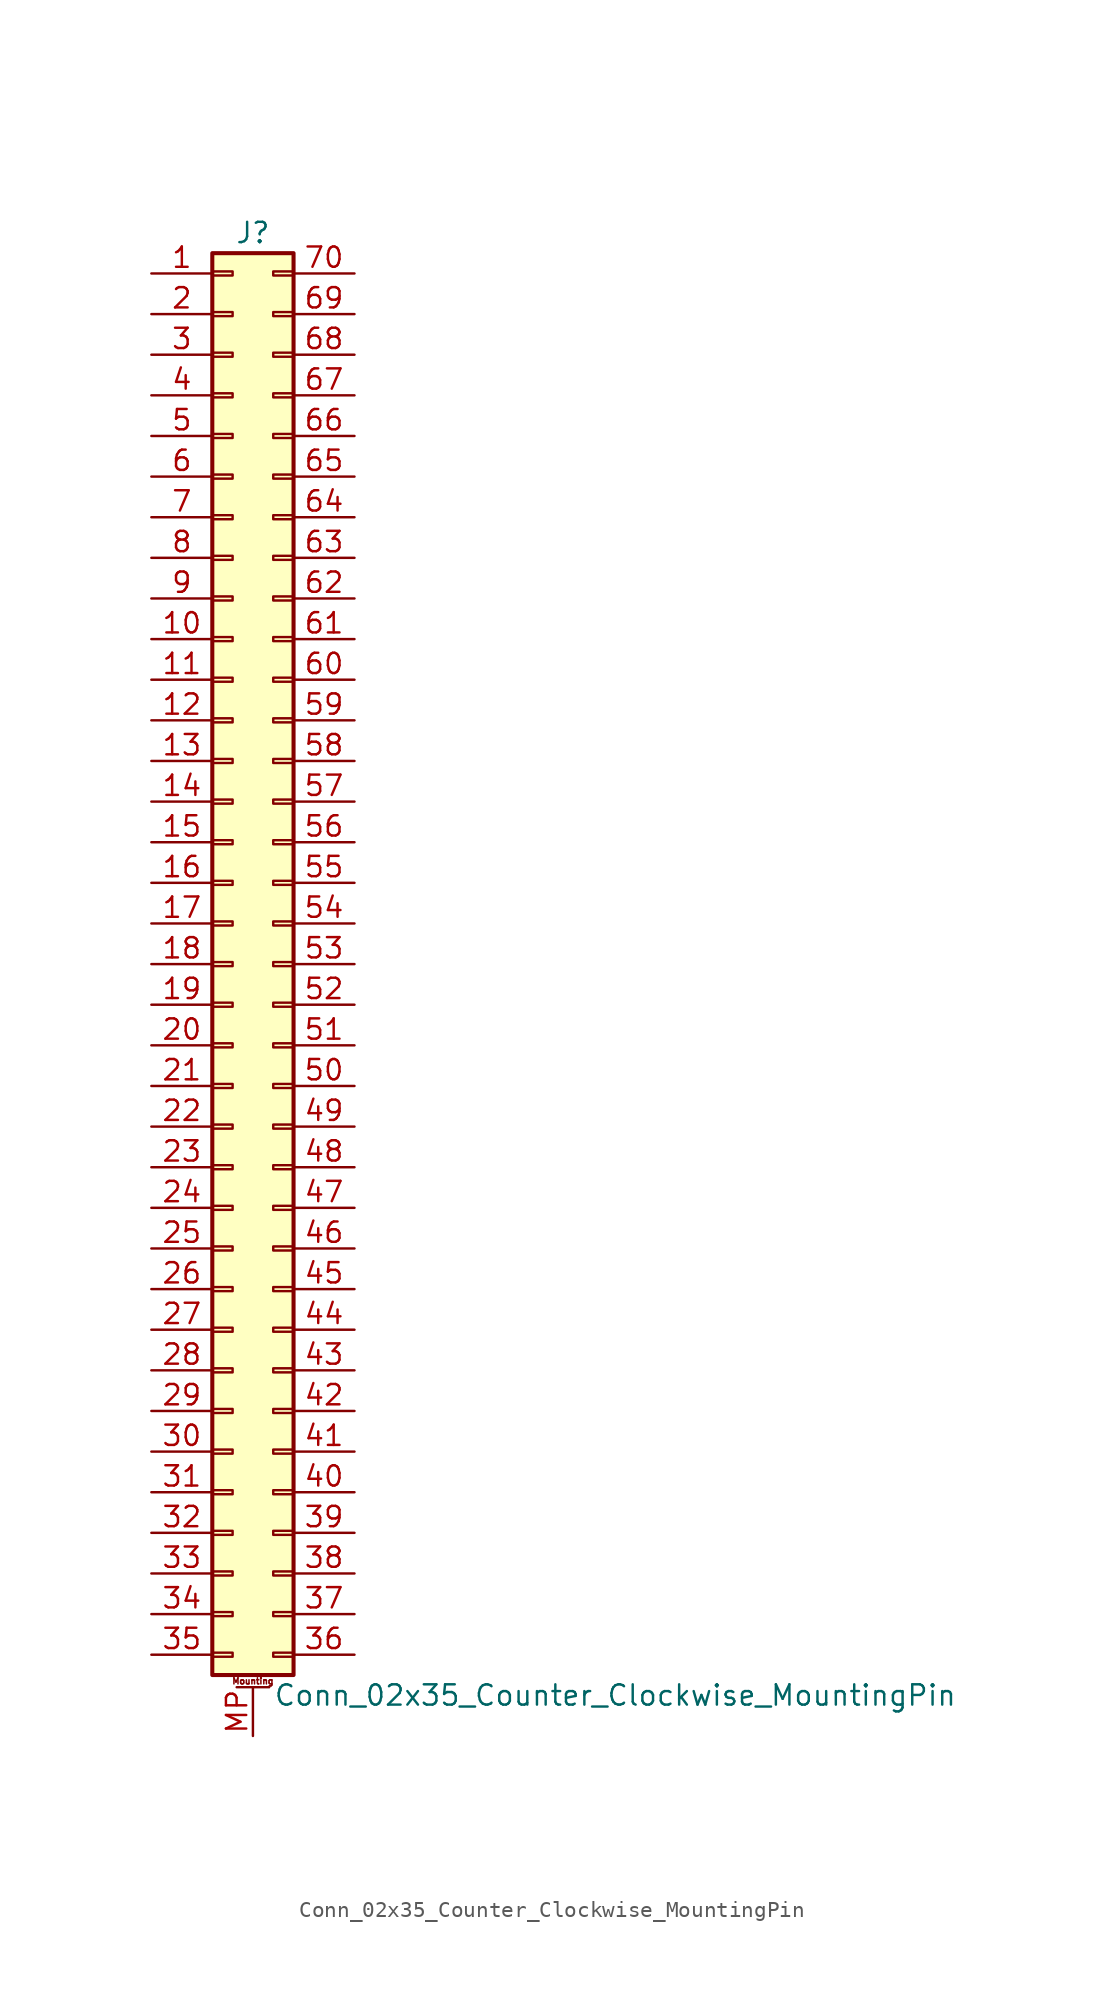
<source format=kicad_sym>
(kicad_symbol_lib
  (version 20201005)
  (generator kicad_symbol_editor)
  (symbol "Conn_02x35_Counter_Clockwise_MountingPin"
    (pin_names
      (offset 1.016) hide)
    (property "Reference" "J"
      (at 1.27 45.72 0)
      (effects (font (size 1.27 1.27))))
    (property "Value" "Conn_02x35_Counter_Clockwise_MountingPin"
      (at 2.54 -45.72 0)
      (effects (font (size 1.27 1.27)) (justify left)))
    (symbol "Conn_02x35_Counter_Clockwise_MountingPin_1_1"
      (text "Mounting" (at 1.27 -44.831 0) (effects (font (size 0.381 0.381))))
      (rectangle (start -1.27 -43.053) (end 0 -43.307) (stroke (width 0.152)) (fill (type none)))
      (rectangle (start -1.27 -40.513) (end 0 -40.767) (stroke (width 0.152)) (fill (type none)))
      (rectangle (start -1.27 -37.973) (end 0 -38.227) (stroke (width 0.152)) (fill (type none)))
      (rectangle (start -1.27 -35.433) (end 0 -35.687) (stroke (width 0.152)) (fill (type none)))
      (rectangle (start -1.27 -32.893) (end 0 -33.147) (stroke (width 0.152)) (fill (type none)))
      (rectangle (start -1.27 -30.353) (end 0 -30.607) (stroke (width 0.152)) (fill (type none)))
      (rectangle (start -1.27 -27.813) (end 0 -28.067) (stroke (width 0.152)) (fill (type none)))
      (rectangle (start -1.27 -25.273) (end 0 -25.527) (stroke (width 0.152)) (fill (type none)))
      (rectangle (start -1.27 -22.733) (end 0 -22.987) (stroke (width 0.152)) (fill (type none)))
      (rectangle (start -1.27 -20.193) (end 0 -20.447) (stroke (width 0.152)) (fill (type none)))
      (rectangle (start -1.27 -17.653) (end 0 -17.907) (stroke (width 0.152)) (fill (type none)))
      (rectangle (start -1.27 -15.113) (end 0 -15.367) (stroke (width 0.152)) (fill (type none)))
      (rectangle (start -1.27 -12.573) (end 0 -12.827) (stroke (width 0.152)) (fill (type none)))
      (rectangle (start -1.27 -10.033) (end 0 -10.287) (stroke (width 0.152)) (fill (type none)))
      (rectangle (start -1.27 -7.493) (end 0 -7.747) (stroke (width 0.152)) (fill (type none)))
      (rectangle (start -1.27 -4.953) (end 0 -5.207) (stroke (width 0.152)) (fill (type none)))
      (rectangle (start -1.27 -2.413) (end 0 -2.667) (stroke (width 0.152)) (fill (type none)))
      (rectangle (start -1.27 0.127) (end 0 -0.127) (stroke (width 0.152)) (fill (type none)))
      (rectangle (start -1.27 2.667) (end 0 2.413) (stroke (width 0.152)) (fill (type none)))
      (rectangle (start -1.27 5.207) (end 0 4.953) (stroke (width 0.152)) (fill (type none)))
      (rectangle (start -1.27 7.747) (end 0 7.493) (stroke (width 0.152)) (fill (type none)))
      (rectangle (start -1.27 10.287) (end 0 10.033) (stroke (width 0.152)) (fill (type none)))
      (rectangle (start -1.27 12.827) (end 0 12.573) (stroke (width 0.152)) (fill (type none)))
      (rectangle (start -1.27 15.367) (end 0 15.113) (stroke (width 0.152)) (fill (type none)))
      (rectangle (start -1.27 17.907) (end 0 17.653) (stroke (width 0.152)) (fill (type none)))
      (rectangle (start -1.27 20.447) (end 0 20.193) (stroke (width 0.152)) (fill (type none)))
      (rectangle (start -1.27 22.987) (end 0 22.733) (stroke (width 0.152)) (fill (type none)))
      (rectangle (start -1.27 25.527) (end 0 25.273) (stroke (width 0.152)) (fill (type none)))
      (rectangle (start -1.27 28.067) (end 0 27.813) (stroke (width 0.152)) (fill (type none)))
      (rectangle (start -1.27 30.607) (end 0 30.353) (stroke (width 0.152)) (fill (type none)))
      (rectangle (start -1.27 33.147) (end 0 32.893) (stroke (width 0.152)) (fill (type none)))
      (rectangle (start -1.27 35.687) (end 0 35.433) (stroke (width 0.152)) (fill (type none)))
      (rectangle (start -1.27 38.227) (end 0 37.973) (stroke (width 0.152)) (fill (type none)))
      (rectangle (start -1.27 40.767) (end 0 40.513) (stroke (width 0.152)) (fill (type none)))
      (rectangle (start -1.27 43.307) (end 0 43.053) (stroke (width 0.152)) (fill (type none)))
      (rectangle (start -1.27 44.45) (end 3.81 -44.45) (stroke (width 0.254)) (fill (type background)))
      (rectangle (start 3.81 -43.053) (end 2.54 -43.307) (stroke (width 0.152)) (fill (type none)))
      (rectangle (start 3.81 -40.513) (end 2.54 -40.767) (stroke (width 0.152)) (fill (type none)))
      (rectangle (start 3.81 -37.973) (end 2.54 -38.227) (stroke (width 0.152)) (fill (type none)))
      (rectangle (start 3.81 -35.433) (end 2.54 -35.687) (stroke (width 0.152)) (fill (type none)))
      (rectangle (start 3.81 -32.893) (end 2.54 -33.147) (stroke (width 0.152)) (fill (type none)))
      (rectangle (start 3.81 -30.353) (end 2.54 -30.607) (stroke (width 0.152)) (fill (type none)))
      (rectangle (start 3.81 -27.813) (end 2.54 -28.067) (stroke (width 0.152)) (fill (type none)))
      (rectangle (start 3.81 -25.273) (end 2.54 -25.527) (stroke (width 0.152)) (fill (type none)))
      (rectangle (start 3.81 -22.733) (end 2.54 -22.987) (stroke (width 0.152)) (fill (type none)))
      (rectangle (start 3.81 -20.193) (end 2.54 -20.447) (stroke (width 0.152)) (fill (type none)))
      (rectangle (start 3.81 -17.653) (end 2.54 -17.907) (stroke (width 0.152)) (fill (type none)))
      (rectangle (start 3.81 -15.113) (end 2.54 -15.367) (stroke (width 0.152)) (fill (type none)))
      (rectangle (start 3.81 -12.573) (end 2.54 -12.827) (stroke (width 0.152)) (fill (type none)))
      (rectangle (start 3.81 -10.033) (end 2.54 -10.287) (stroke (width 0.152)) (fill (type none)))
      (rectangle (start 3.81 -7.493) (end 2.54 -7.747) (stroke (width 0.152)) (fill (type none)))
      (rectangle (start 3.81 -4.953) (end 2.54 -5.207) (stroke (width 0.152)) (fill (type none)))
      (rectangle (start 3.81 -2.413) (end 2.54 -2.667) (stroke (width 0.152)) (fill (type none)))
      (rectangle (start 3.81 0.127) (end 2.54 -0.127) (stroke (width 0.152)) (fill (type none)))
      (rectangle (start 3.81 2.667) (end 2.54 2.413) (stroke (width 0.152)) (fill (type none)))
      (rectangle (start 3.81 5.207) (end 2.54 4.953) (stroke (width 0.152)) (fill (type none)))
      (rectangle (start 3.81 7.747) (end 2.54 7.493) (stroke (width 0.152)) (fill (type none)))
      (rectangle (start 3.81 10.287) (end 2.54 10.033) (stroke (width 0.152)) (fill (type none)))
      (rectangle (start 3.81 12.827) (end 2.54 12.573) (stroke (width 0.152)) (fill (type none)))
      (rectangle (start 3.81 15.367) (end 2.54 15.113) (stroke (width 0.152)) (fill (type none)))
      (rectangle (start 3.81 17.907) (end 2.54 17.653) (stroke (width 0.152)) (fill (type none)))
      (rectangle (start 3.81 20.447) (end 2.54 20.193) (stroke (width 0.152)) (fill (type none)))
      (rectangle (start 3.81 22.987) (end 2.54 22.733) (stroke (width 0.152)) (fill (type none)))
      (rectangle (start 3.81 25.527) (end 2.54 25.273) (stroke (width 0.152)) (fill (type none)))
      (rectangle (start 3.81 28.067) (end 2.54 27.813) (stroke (width 0.152)) (fill (type none)))
      (rectangle (start 3.81 30.607) (end 2.54 30.353) (stroke (width 0.152)) (fill (type none)))
      (rectangle (start 3.81 33.147) (end 2.54 32.893) (stroke (width 0.152)) (fill (type none)))
      (rectangle (start 3.81 35.687) (end 2.54 35.433) (stroke (width 0.152)) (fill (type none)))
      (rectangle (start 3.81 38.227) (end 2.54 37.973) (stroke (width 0.152)) (fill (type none)))
      (rectangle (start 3.81 40.767) (end 2.54 40.513) (stroke (width 0.152)) (fill (type none)))
      (rectangle (start 3.81 43.307) (end 2.54 43.053) (stroke (width 0.152)) (fill (type none)))
      (polyline (pts (xy 0.254 -45.212) (xy 2.286 -45.212)) (stroke (width 0.152)) (fill (type none)))
      (pin passive line (at -5.08 43.18 0) (length 3.81) (name "Pin_1" (effects (font (size 1.27 1.27)))) (number "1" (effects (font (size 1.27 1.27)))))
      (pin passive line (at -5.08 20.32 0) (length 3.81) (name "Pin_10" (effects (font (size 1.27 1.27)))) (number "10" (effects (font (size 1.27 1.27)))))
      (pin passive line (at -5.08 17.78 0) (length 3.81) (name "Pin_11" (effects (font (size 1.27 1.27)))) (number "11" (effects (font (size 1.27 1.27)))))
      (pin passive line (at -5.08 15.24 0) (length 3.81) (name "Pin_12" (effects (font (size 1.27 1.27)))) (number "12" (effects (font (size 1.27 1.27)))))
      (pin passive line (at -5.08 12.7 0) (length 3.81) (name "Pin_13" (effects (font (size 1.27 1.27)))) (number "13" (effects (font (size 1.27 1.27)))))
      (pin passive line (at -5.08 10.16 0) (length 3.81) (name "Pin_14" (effects (font (size 1.27 1.27)))) (number "14" (effects (font (size 1.27 1.27)))))
      (pin passive line (at -5.08 7.62 0) (length 3.81) (name "Pin_15" (effects (font (size 1.27 1.27)))) (number "15" (effects (font (size 1.27 1.27)))))
      (pin passive line (at -5.08 5.08 0) (length 3.81) (name "Pin_16" (effects (font (size 1.27 1.27)))) (number "16" (effects (font (size 1.27 1.27)))))
      (pin passive line (at -5.08 2.54 0) (length 3.81) (name "Pin_17" (effects (font (size 1.27 1.27)))) (number "17" (effects (font (size 1.27 1.27)))))
      (pin passive line (at -5.08 0 0) (length 3.81) (name "Pin_18" (effects (font (size 1.27 1.27)))) (number "18" (effects (font (size 1.27 1.27)))))
      (pin passive line (at -5.08 -2.54 0) (length 3.81) (name "Pin_19" (effects (font (size 1.27 1.27)))) (number "19" (effects (font (size 1.27 1.27)))))
      (pin passive line (at -5.08 40.64 0) (length 3.81) (name "Pin_2" (effects (font (size 1.27 1.27)))) (number "2" (effects (font (size 1.27 1.27)))))
      (pin passive line (at -5.08 -5.08 0) (length 3.81) (name "Pin_20" (effects (font (size 1.27 1.27)))) (number "20" (effects (font (size 1.27 1.27)))))
      (pin passive line (at -5.08 -7.62 0) (length 3.81) (name "Pin_21" (effects (font (size 1.27 1.27)))) (number "21" (effects (font (size 1.27 1.27)))))
      (pin passive line (at -5.08 -10.16 0) (length 3.81) (name "Pin_22" (effects (font (size 1.27 1.27)))) (number "22" (effects (font (size 1.27 1.27)))))
      (pin passive line (at -5.08 -12.7 0) (length 3.81) (name "Pin_23" (effects (font (size 1.27 1.27)))) (number "23" (effects (font (size 1.27 1.27)))))
      (pin passive line (at -5.08 -15.24 0) (length 3.81) (name "Pin_24" (effects (font (size 1.27 1.27)))) (number "24" (effects (font (size 1.27 1.27)))))
      (pin passive line (at -5.08 -17.78 0) (length 3.81) (name "Pin_25" (effects (font (size 1.27 1.27)))) (number "25" (effects (font (size 1.27 1.27)))))
      (pin passive line (at -5.08 -20.32 0) (length 3.81) (name "Pin_26" (effects (font (size 1.27 1.27)))) (number "26" (effects (font (size 1.27 1.27)))))
      (pin passive line (at -5.08 -22.86 0) (length 3.81) (name "Pin_27" (effects (font (size 1.27 1.27)))) (number "27" (effects (font (size 1.27 1.27)))))
      (pin passive line (at -5.08 -25.4 0) (length 3.81) (name "Pin_28" (effects (font (size 1.27 1.27)))) (number "28" (effects (font (size 1.27 1.27)))))
      (pin passive line (at -5.08 -27.94 0) (length 3.81) (name "Pin_29" (effects (font (size 1.27 1.27)))) (number "29" (effects (font (size 1.27 1.27)))))
      (pin passive line (at -5.08 38.1 0) (length 3.81) (name "Pin_3" (effects (font (size 1.27 1.27)))) (number "3" (effects (font (size 1.27 1.27)))))
      (pin passive line (at -5.08 -30.48 0) (length 3.81) (name "Pin_30" (effects (font (size 1.27 1.27)))) (number "30" (effects (font (size 1.27 1.27)))))
      (pin passive line (at -5.08 -33.02 0) (length 3.81) (name "Pin_31" (effects (font (size 1.27 1.27)))) (number "31" (effects (font (size 1.27 1.27)))))
      (pin passive line (at -5.08 -35.56 0) (length 3.81) (name "Pin_32" (effects (font (size 1.27 1.27)))) (number "32" (effects (font (size 1.27 1.27)))))
      (pin passive line (at -5.08 -38.1 0) (length 3.81) (name "Pin_33" (effects (font (size 1.27 1.27)))) (number "33" (effects (font (size 1.27 1.27)))))
      (pin passive line (at -5.08 -40.64 0) (length 3.81) (name "Pin_34" (effects (font (size 1.27 1.27)))) (number "34" (effects (font (size 1.27 1.27)))))
      (pin passive line (at -5.08 -43.18 0) (length 3.81) (name "Pin_35" (effects (font (size 1.27 1.27)))) (number "35" (effects (font (size 1.27 1.27)))))
      (pin passive line (at 7.62 -43.18 180) (length 3.81) (name "Pin_36" (effects (font (size 1.27 1.27)))) (number "36" (effects (font (size 1.27 1.27)))))
      (pin passive line (at 7.62 -40.64 180) (length 3.81) (name "Pin_37" (effects (font (size 1.27 1.27)))) (number "37" (effects (font (size 1.27 1.27)))))
      (pin passive line (at 7.62 -38.1 180) (length 3.81) (name "Pin_38" (effects (font (size 1.27 1.27)))) (number "38" (effects (font (size 1.27 1.27)))))
      (pin passive line (at 7.62 -35.56 180) (length 3.81) (name "Pin_39" (effects (font (size 1.27 1.27)))) (number "39" (effects (font (size 1.27 1.27)))))
      (pin passive line (at -5.08 35.56 0) (length 3.81) (name "Pin_4" (effects (font (size 1.27 1.27)))) (number "4" (effects (font (size 1.27 1.27)))))
      (pin passive line (at 7.62 -33.02 180) (length 3.81) (name "Pin_40" (effects (font (size 1.27 1.27)))) (number "40" (effects (font (size 1.27 1.27)))))
      (pin passive line (at 7.62 -30.48 180) (length 3.81) (name "Pin_41" (effects (font (size 1.27 1.27)))) (number "41" (effects (font (size 1.27 1.27)))))
      (pin passive line (at 7.62 -27.94 180) (length 3.81) (name "Pin_42" (effects (font (size 1.27 1.27)))) (number "42" (effects (font (size 1.27 1.27)))))
      (pin passive line (at 7.62 -25.4 180) (length 3.81) (name "Pin_43" (effects (font (size 1.27 1.27)))) (number "43" (effects (font (size 1.27 1.27)))))
      (pin passive line (at 7.62 -22.86 180) (length 3.81) (name "Pin_44" (effects (font (size 1.27 1.27)))) (number "44" (effects (font (size 1.27 1.27)))))
      (pin passive line (at 7.62 -20.32 180) (length 3.81) (name "Pin_45" (effects (font (size 1.27 1.27)))) (number "45" (effects (font (size 1.27 1.27)))))
      (pin passive line (at 7.62 -17.78 180) (length 3.81) (name "Pin_46" (effects (font (size 1.27 1.27)))) (number "46" (effects (font (size 1.27 1.27)))))
      (pin passive line (at 7.62 -15.24 180) (length 3.81) (name "Pin_47" (effects (font (size 1.27 1.27)))) (number "47" (effects (font (size 1.27 1.27)))))
      (pin passive line (at 7.62 -12.7 180) (length 3.81) (name "Pin_48" (effects (font (size 1.27 1.27)))) (number "48" (effects (font (size 1.27 1.27)))))
      (pin passive line (at 7.62 -10.16 180) (length 3.81) (name "Pin_49" (effects (font (size 1.27 1.27)))) (number "49" (effects (font (size 1.27 1.27)))))
      (pin passive line (at -5.08 33.02 0) (length 3.81) (name "Pin_5" (effects (font (size 1.27 1.27)))) (number "5" (effects (font (size 1.27 1.27)))))
      (pin passive line (at 7.62 -7.62 180) (length 3.81) (name "Pin_50" (effects (font (size 1.27 1.27)))) (number "50" (effects (font (size 1.27 1.27)))))
      (pin passive line (at 7.62 -5.08 180) (length 3.81) (name "Pin_51" (effects (font (size 1.27 1.27)))) (number "51" (effects (font (size 1.27 1.27)))))
      (pin passive line (at 7.62 -2.54 180) (length 3.81) (name "Pin_52" (effects (font (size 1.27 1.27)))) (number "52" (effects (font (size 1.27 1.27)))))
      (pin passive line (at 7.62 0 180) (length 3.81) (name "Pin_53" (effects (font (size 1.27 1.27)))) (number "53" (effects (font (size 1.27 1.27)))))
      (pin passive line (at 7.62 2.54 180) (length 3.81) (name "Pin_54" (effects (font (size 1.27 1.27)))) (number "54" (effects (font (size 1.27 1.27)))))
      (pin passive line (at 7.62 5.08 180) (length 3.81) (name "Pin_55" (effects (font (size 1.27 1.27)))) (number "55" (effects (font (size 1.27 1.27)))))
      (pin passive line (at 7.62 7.62 180) (length 3.81) (name "Pin_56" (effects (font (size 1.27 1.27)))) (number "56" (effects (font (size 1.27 1.27)))))
      (pin passive line (at 7.62 10.16 180) (length 3.81) (name "Pin_57" (effects (font (size 1.27 1.27)))) (number "57" (effects (font (size 1.27 1.27)))))
      (pin passive line (at 7.62 12.7 180) (length 3.81) (name "Pin_58" (effects (font (size 1.27 1.27)))) (number "58" (effects (font (size 1.27 1.27)))))
      (pin passive line (at 7.62 15.24 180) (length 3.81) (name "Pin_59" (effects (font (size 1.27 1.27)))) (number "59" (effects (font (size 1.27 1.27)))))
      (pin passive line (at -5.08 30.48 0) (length 3.81) (name "Pin_6" (effects (font (size 1.27 1.27)))) (number "6" (effects (font (size 1.27 1.27)))))
      (pin passive line (at 7.62 17.78 180) (length 3.81) (name "Pin_60" (effects (font (size 1.27 1.27)))) (number "60" (effects (font (size 1.27 1.27)))))
      (pin passive line (at 7.62 20.32 180) (length 3.81) (name "Pin_61" (effects (font (size 1.27 1.27)))) (number "61" (effects (font (size 1.27 1.27)))))
      (pin passive line (at 7.62 22.86 180) (length 3.81) (name "Pin_62" (effects (font (size 1.27 1.27)))) (number "62" (effects (font (size 1.27 1.27)))))
      (pin passive line (at 7.62 25.4 180) (length 3.81) (name "Pin_63" (effects (font (size 1.27 1.27)))) (number "63" (effects (font (size 1.27 1.27)))))
      (pin passive line (at 7.62 27.94 180) (length 3.81) (name "Pin_64" (effects (font (size 1.27 1.27)))) (number "64" (effects (font (size 1.27 1.27)))))
      (pin passive line (at 7.62 30.48 180) (length 3.81) (name "Pin_65" (effects (font (size 1.27 1.27)))) (number "65" (effects (font (size 1.27 1.27)))))
      (pin passive line (at 7.62 33.02 180) (length 3.81) (name "Pin_66" (effects (font (size 1.27 1.27)))) (number "66" (effects (font (size 1.27 1.27)))))
      (pin passive line (at 7.62 35.56 180) (length 3.81) (name "Pin_67" (effects (font (size 1.27 1.27)))) (number "67" (effects (font (size 1.27 1.27)))))
      (pin passive line (at 7.62 38.1 180) (length 3.81) (name "Pin_68" (effects (font (size 1.27 1.27)))) (number "68" (effects (font (size 1.27 1.27)))))
      (pin passive line (at 7.62 40.64 180) (length 3.81) (name "Pin_69" (effects (font (size 1.27 1.27)))) (number "69" (effects (font (size 1.27 1.27)))))
      (pin passive line (at -5.08 27.94 0) (length 3.81) (name "Pin_7" (effects (font (size 1.27 1.27)))) (number "7" (effects (font (size 1.27 1.27)))))
      (pin passive line (at 7.62 43.18 180) (length 3.81) (name "Pin_70" (effects (font (size 1.27 1.27)))) (number "70" (effects (font (size 1.27 1.27)))))
      (pin passive line (at -5.08 25.4 0) (length 3.81) (name "Pin_8" (effects (font (size 1.27 1.27)))) (number "8" (effects (font (size 1.27 1.27)))))
      (pin passive line (at -5.08 22.86 0) (length 3.81) (name "Pin_9" (effects (font (size 1.27 1.27)))) (number "9" (effects (font (size 1.27 1.27)))))
      (pin passive line (at 1.27 -48.26 90) (length 3.048) (name "MountPin" (effects (font (size 1.27 1.27)))) (number "MP" (effects (font (size 1.27 1.27))))))))
</source>
